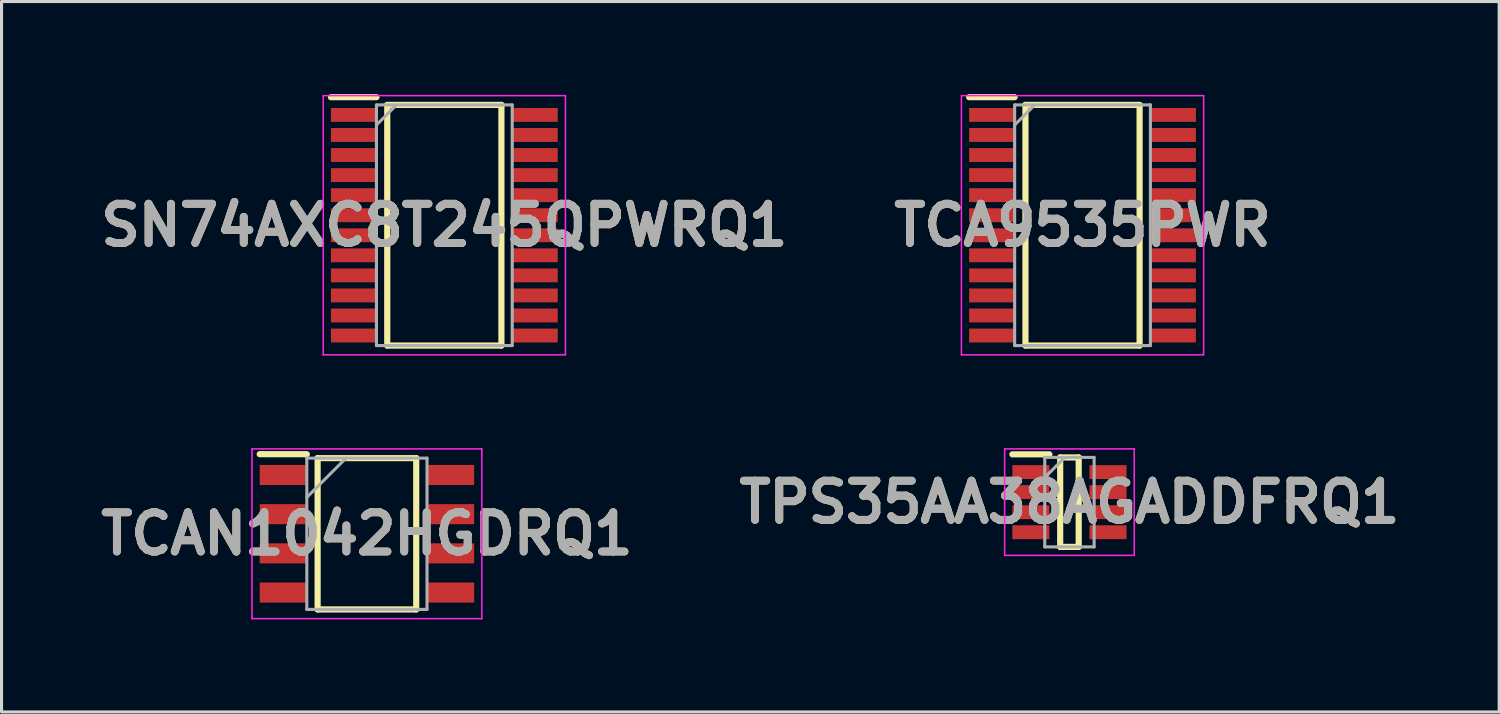
<source format=kicad_pcb>
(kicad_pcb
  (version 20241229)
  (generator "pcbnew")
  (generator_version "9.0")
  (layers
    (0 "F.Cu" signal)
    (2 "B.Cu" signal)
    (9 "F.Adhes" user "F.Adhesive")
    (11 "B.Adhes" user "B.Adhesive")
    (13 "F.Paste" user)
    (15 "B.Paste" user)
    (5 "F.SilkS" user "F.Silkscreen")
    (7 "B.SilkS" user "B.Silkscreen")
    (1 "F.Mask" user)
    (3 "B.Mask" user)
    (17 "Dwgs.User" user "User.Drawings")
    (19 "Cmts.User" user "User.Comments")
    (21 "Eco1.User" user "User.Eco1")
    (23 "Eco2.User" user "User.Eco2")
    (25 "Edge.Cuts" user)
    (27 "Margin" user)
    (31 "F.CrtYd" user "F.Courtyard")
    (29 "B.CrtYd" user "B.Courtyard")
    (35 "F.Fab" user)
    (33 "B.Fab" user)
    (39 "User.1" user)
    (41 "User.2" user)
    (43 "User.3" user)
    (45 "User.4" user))
  (footprint "TPS35AA38AGADDFRQ1"
    (layer "F.Cu")
    (at 31.611 13.225)
    (property "Reference" "TPS35AA38AGADDFRQ1" (at 0 0 0) (layer "F.SilkS") (effects (font (size 1.27 1.27) (thickness 0.254))))
    (attr smd)
    (fp_line (start -1.85 -1.55) (end -0.65 -1.55) (stroke (width 0.2) (type solid)) (layer "F.SilkS"))
    (fp_line (start -0.3 -1.45) (end 0.3 -1.45) (stroke (width 0.2) (type solid)) (layer "F.SilkS"))
    (fp_line (start -0.3 1.45) (end -0.3 -1.45) (stroke (width 0.2) (type solid)) (layer "F.SilkS"))
    (fp_line (start 0.3 -1.45) (end 0.3 1.45) (stroke (width 0.2) (type solid)) (layer "F.SilkS"))
    (fp_line (start 0.3 1.45) (end -0.3 1.45) (stroke (width 0.2) (type solid)) (layer "F.SilkS"))
    (fp_line (start -2.1 -1.725) (end 2.1 -1.725) (stroke (width 0.05) (type solid)) (layer "F.CrtYd"))
    (fp_line (start -2.1 1.725) (end -2.1 -1.725) (stroke (width 0.05) (type solid)) (layer "F.CrtYd"))
    (fp_line (start 2.1 -1.725) (end 2.1 1.725) (stroke (width 0.05) (type solid)) (layer "F.CrtYd"))
    (fp_line (start 2.1 1.725) (end -2.1 1.725) (stroke (width 0.05) (type solid)) (layer "F.CrtYd"))
    (fp_line (start -0.8 -1.45) (end 0.8 -1.45) (stroke (width 0.1) (type solid)) (layer "F.Fab"))
    (fp_line (start -0.8 -0.8) (end -0.15 -1.45) (stroke (width 0.1) (type solid)) (layer "F.Fab"))
    (fp_line (start -0.8 1.45) (end -0.8 -1.45) (stroke (width 0.1) (type solid)) (layer "F.Fab"))
    (fp_line (start 0.8 -1.45) (end 0.8 1.45) (stroke (width 0.1) (type solid)) (layer "F.Fab"))
    (fp_line (start 0.8 1.45) (end -0.8 1.45) (stroke (width 0.1) (type solid)) (layer "F.Fab"))
    (fp_text user "${REFERENCE}" (at 0 0 0) (layer "F.Fab") (effects (font (size 1.27 1.27) (thickness 0.254))))
    (pad "1" smd rect (at -1.25 -0.975 90) (size 0.45 1.2) (layers "F.Cu" "F.Mask" "F.Paste"))
    (pad "2" smd rect (at -1.25 -0.325 90) (size 0.45 1.2) (layers "F.Cu" "F.Mask" "F.Paste"))
    (pad "3" smd rect (at -1.25 0.325 90) (size 0.45 1.2) (layers "F.Cu" "F.Mask" "F.Paste"))
    (pad "4" smd rect (at -1.25 0.975 90) (size 0.45 1.2) (layers "F.Cu" "F.Mask" "F.Paste"))
    (pad "5" smd rect (at 1.25 0.975 90) (size 0.45 1.2) (layers "F.Cu" "F.Mask" "F.Paste"))
    (pad "6" smd rect (at 1.25 0.325 90) (size 0.45 1.2) (layers "F.Cu" "F.Mask" "F.Paste"))
    (pad "7" smd rect (at 1.25 -0.325 90) (size 0.45 1.2) (layers "F.Cu" "F.Mask" "F.Paste"))
    (pad "8" smd rect (at 1.25 -0.975 90) (size 0.45 1.2) (layers "F.Cu" "F.Mask" "F.Paste")))
  (footprint "SN74AXC8T245QPWRQ1"
    (layer "F.Cu")
    (at 11.351 4.25)
    (property "Reference" "SN74AXC8T245QPWRQ1" (at 0 0 0) (layer "F.SilkS") (effects (font (size 1.27 1.27) (thickness 0.254))))
    (attr smd)
    (fp_line (start -3.675 -4.15) (end -2.2 -4.15) (stroke (width 0.2) (type solid)) (layer "F.SilkS"))
    (fp_line (start -1.85 -3.9) (end 1.85 -3.9) (stroke (width 0.2) (type solid)) (layer "F.SilkS"))
    (fp_line (start -1.85 3.9) (end -1.85 -3.9) (stroke (width 0.2) (type solid)) (layer "F.SilkS"))
    (fp_line (start 1.85 -3.9) (end 1.85 3.9) (stroke (width 0.2) (type solid)) (layer "F.SilkS"))
    (fp_line (start 1.85 3.9) (end -1.85 3.9) (stroke (width 0.2) (type solid)) (layer "F.SilkS"))
    (fp_line (start -3.925 -4.2) (end 3.925 -4.2) (stroke (width 0.05) (type solid)) (layer "F.CrtYd"))
    (fp_line (start -3.925 4.2) (end -3.925 -4.2) (stroke (width 0.05) (type solid)) (layer "F.CrtYd"))
    (fp_line (start 3.925 -4.2) (end 3.925 4.2) (stroke (width 0.05) (type solid)) (layer "F.CrtYd"))
    (fp_line (start 3.925 4.2) (end -3.925 4.2) (stroke (width 0.05) (type solid)) (layer "F.CrtYd"))
    (fp_line (start -2.2 -3.9) (end 2.2 -3.9) (stroke (width 0.1) (type solid)) (layer "F.Fab"))
    (fp_line (start -2.2 -3.25) (end -1.55 -3.9) (stroke (width 0.1) (type solid)) (layer "F.Fab"))
    (fp_line (start -2.2 3.9) (end -2.2 -3.9) (stroke (width 0.1) (type solid)) (layer "F.Fab"))
    (fp_line (start 2.2 -3.9) (end 2.2 3.9) (stroke (width 0.1) (type solid)) (layer "F.Fab"))
    (fp_line (start 2.2 3.9) (end -2.2 3.9) (stroke (width 0.1) (type solid)) (layer "F.Fab"))
    (fp_text user "${REFERENCE}" (at 0 0 0) (layer "F.Fab") (effects (font (size 1.27 1.27) (thickness 0.254))))
    (pad "1" smd rect (at -2.938 -3.575 90) (size 0.45 1.475) (layers "F.Cu" "F.Mask" "F.Paste"))
    (pad "2" smd rect (at -2.938 -2.925 90) (size 0.45 1.475) (layers "F.Cu" "F.Mask" "F.Paste"))
    (pad "3" smd rect (at -2.938 -2.275 90) (size 0.45 1.475) (layers "F.Cu" "F.Mask" "F.Paste"))
    (pad "4" smd rect (at -2.938 -1.625 90) (size 0.45 1.475) (layers "F.Cu" "F.Mask" "F.Paste"))
    (pad "5" smd rect (at -2.938 -0.975 90) (size 0.45 1.475) (layers "F.Cu" "F.Mask" "F.Paste"))
    (pad "6" smd rect (at -2.938 -0.325 90) (size 0.45 1.475) (layers "F.Cu" "F.Mask" "F.Paste"))
    (pad "7" smd rect (at -2.938 0.325 90) (size 0.45 1.475) (layers "F.Cu" "F.Mask" "F.Paste"))
    (pad "8" smd rect (at -2.938 0.975 90) (size 0.45 1.475) (layers "F.Cu" "F.Mask" "F.Paste"))
    (pad "9" smd rect (at -2.938 1.625 90) (size 0.45 1.475) (layers "F.Cu" "F.Mask" "F.Paste"))
    (pad "10" smd rect (at -2.938 2.275 90) (size 0.45 1.475) (layers "F.Cu" "F.Mask" "F.Paste"))
    (pad "11" smd rect (at -2.938 2.925 90) (size 0.45 1.475) (layers "F.Cu" "F.Mask" "F.Paste"))
    (pad "12" smd rect (at -2.938 3.575 90) (size 0.45 1.475) (layers "F.Cu" "F.Mask" "F.Paste"))
    (pad "13" smd rect (at 2.938 3.575 90) (size 0.45 1.475) (layers "F.Cu" "F.Mask" "F.Paste"))
    (pad "14" smd rect (at 2.938 2.925 90) (size 0.45 1.475) (layers "F.Cu" "F.Mask" "F.Paste"))
    (pad "15" smd rect (at 2.938 2.275 90) (size 0.45 1.475) (layers "F.Cu" "F.Mask" "F.Paste"))
    (pad "16" smd rect (at 2.938 1.625 90) (size 0.45 1.475) (layers "F.Cu" "F.Mask" "F.Paste"))
    (pad "17" smd rect (at 2.938 0.975 90) (size 0.45 1.475) (layers "F.Cu" "F.Mask" "F.Paste"))
    (pad "18" smd rect (at 2.938 0.325 90) (size 0.45 1.475) (layers "F.Cu" "F.Mask" "F.Paste"))
    (pad "19" smd rect (at 2.938 -0.325 90) (size 0.45 1.475) (layers "F.Cu" "F.Mask" "F.Paste"))
    (pad "20" smd rect (at 2.938 -0.975 90) (size 0.45 1.475) (layers "F.Cu" "F.Mask" "F.Paste"))
    (pad "21" smd rect (at 2.938 -1.625 90) (size 0.45 1.475) (layers "F.Cu" "F.Mask" "F.Paste"))
    (pad "22" smd rect (at 2.938 -2.275 90) (size 0.45 1.475) (layers "F.Cu" "F.Mask" "F.Paste"))
    (pad "23" smd rect (at 2.938 -2.925 90) (size 0.45 1.475) (layers "F.Cu" "F.Mask" "F.Paste"))
    (pad "24" smd rect (at 2.938 -3.575 90) (size 0.45 1.475) (layers "F.Cu" "F.Mask" "F.Paste")))
  (footprint "TCAN1042HGDRQ1"
    (layer "F.Cu")
    (at 8.842 14.25)
    (property "Reference" "TCAN1042HGDRQ1" (at 0 0 0) (layer "F.SilkS") (effects (font (size 1.27 1.27) (thickness 0.254))))
    (attr smd)
    (fp_line (start -3.475 -2.58) (end -1.948 -2.58) (stroke (width 0.2) (type solid)) (layer "F.SilkS"))
    (fp_line (start -1.598 -2.452) (end 1.598 -2.452) (stroke (width 0.2) (type solid)) (layer "F.SilkS"))
    (fp_line (start -1.598 2.452) (end -1.598 -2.452) (stroke (width 0.2) (type solid)) (layer "F.SilkS"))
    (fp_line (start 1.598 -2.452) (end 1.598 2.452) (stroke (width 0.2) (type solid)) (layer "F.SilkS"))
    (fp_line (start 1.598 2.452) (end -1.598 2.452) (stroke (width 0.2) (type solid)) (layer "F.SilkS"))
    (fp_line (start -3.725 -2.75) (end 3.725 -2.75) (stroke (width 0.05) (type solid)) (layer "F.CrtYd"))
    (fp_line (start -3.725 2.75) (end -3.725 -2.75) (stroke (width 0.05) (type solid)) (layer "F.CrtYd"))
    (fp_line (start 3.725 -2.75) (end 3.725 2.75) (stroke (width 0.05) (type solid)) (layer "F.CrtYd"))
    (fp_line (start 3.725 2.75) (end -3.725 2.75) (stroke (width 0.05) (type solid)) (layer "F.CrtYd"))
    (fp_line (start -1.948 -2.452) (end 1.948 -2.452) (stroke (width 0.1) (type solid)) (layer "F.Fab"))
    (fp_line (start -1.948 -1.182) (end -0.678 -2.452) (stroke (width 0.1) (type solid)) (layer "F.Fab"))
    (fp_line (start -1.948 2.452) (end -1.948 -2.452) (stroke (width 0.1) (type solid)) (layer "F.Fab"))
    (fp_line (start 1.948 -2.452) (end 1.948 2.452) (stroke (width 0.1) (type solid)) (layer "F.Fab"))
    (fp_line (start 1.948 2.452) (end -1.948 2.452) (stroke (width 0.1) (type solid)) (layer "F.Fab"))
    (fp_text user "${REFERENCE}" (at 0 0 0) (layer "F.Fab") (effects (font (size 1.27 1.27) (thickness 0.254))))
    (pad "1" smd rect (at -2.711 -1.905 90) (size 0.65 1.528) (layers "F.Cu" "F.Mask" "F.Paste"))
    (pad "2" smd rect (at -2.711 -0.635 90) (size 0.65 1.528) (layers "F.Cu" "F.Mask" "F.Paste"))
    (pad "3" smd rect (at -2.711 0.635 90) (size 0.65 1.528) (layers "F.Cu" "F.Mask" "F.Paste"))
    (pad "4" smd rect (at -2.711 1.905 90) (size 0.65 1.528) (layers "F.Cu" "F.Mask" "F.Paste"))
    (pad "5" smd rect (at 2.711 1.905 90) (size 0.65 1.528) (layers "F.Cu" "F.Mask" "F.Paste"))
    (pad "6" smd rect (at 2.711 0.635 90) (size 0.65 1.528) (layers "F.Cu" "F.Mask" "F.Paste"))
    (pad "7" smd rect (at 2.711 -0.635 90) (size 0.65 1.528) (layers "F.Cu" "F.Mask" "F.Paste"))
    (pad "8" smd rect (at 2.711 -1.905 90) (size 0.65 1.528) (layers "F.Cu" "F.Mask" "F.Paste")))
  (footprint "TCA9535PWR"
    (layer "F.Cu")
    (at 32.035 4.25)
    (property "Reference" "TCA9535PWR" (at 0 0 0) (layer "F.SilkS") (effects (font (size 1.27 1.27) (thickness 0.254))))
    (attr smd)
    (fp_line (start -3.675 -4.15) (end -2.2 -4.15) (stroke (width 0.2) (type solid)) (layer "F.SilkS"))
    (fp_line (start -1.85 -3.9) (end 1.85 -3.9) (stroke (width 0.2) (type solid)) (layer "F.SilkS"))
    (fp_line (start -1.85 3.9) (end -1.85 -3.9) (stroke (width 0.2) (type solid)) (layer "F.SilkS"))
    (fp_line (start 1.85 -3.9) (end 1.85 3.9) (stroke (width 0.2) (type solid)) (layer "F.SilkS"))
    (fp_line (start 1.85 3.9) (end -1.85 3.9) (stroke (width 0.2) (type solid)) (layer "F.SilkS"))
    (fp_line (start -3.925 -4.2) (end 3.925 -4.2) (stroke (width 0.05) (type solid)) (layer "F.CrtYd"))
    (fp_line (start -3.925 4.2) (end -3.925 -4.2) (stroke (width 0.05) (type solid)) (layer "F.CrtYd"))
    (fp_line (start 3.925 -4.2) (end 3.925 4.2) (stroke (width 0.05) (type solid)) (layer "F.CrtYd"))
    (fp_line (start 3.925 4.2) (end -3.925 4.2) (stroke (width 0.05) (type solid)) (layer "F.CrtYd"))
    (fp_line (start -2.2 -3.9) (end 2.2 -3.9) (stroke (width 0.1) (type solid)) (layer "F.Fab"))
    (fp_line (start -2.2 -3.25) (end -1.55 -3.9) (stroke (width 0.1) (type solid)) (layer "F.Fab"))
    (fp_line (start -2.2 3.9) (end -2.2 -3.9) (stroke (width 0.1) (type solid)) (layer "F.Fab"))
    (fp_line (start 2.2 -3.9) (end 2.2 3.9) (stroke (width 0.1) (type solid)) (layer "F.Fab"))
    (fp_line (start 2.2 3.9) (end -2.2 3.9) (stroke (width 0.1) (type solid)) (layer "F.Fab"))
    (fp_text user "${REFERENCE}" (at 0 0 0) (layer "F.Fab") (effects (font (size 1.27 1.27) (thickness 0.254))))
    (pad "1" smd rect (at -2.938 -3.575 90) (size 0.45 1.475) (layers "F.Cu" "F.Mask" "F.Paste"))
    (pad "2" smd rect (at -2.938 -2.925 90) (size 0.45 1.475) (layers "F.Cu" "F.Mask" "F.Paste"))
    (pad "3" smd rect (at -2.938 -2.275 90) (size 0.45 1.475) (layers "F.Cu" "F.Mask" "F.Paste"))
    (pad "4" smd rect (at -2.938 -1.625 90) (size 0.45 1.475) (layers "F.Cu" "F.Mask" "F.Paste"))
    (pad "5" smd rect (at -2.938 -0.975 90) (size 0.45 1.475) (layers "F.Cu" "F.Mask" "F.Paste"))
    (pad "6" smd rect (at -2.938 -0.325 90) (size 0.45 1.475) (layers "F.Cu" "F.Mask" "F.Paste"))
    (pad "7" smd rect (at -2.938 0.325 90) (size 0.45 1.475) (layers "F.Cu" "F.Mask" "F.Paste"))
    (pad "8" smd rect (at -2.938 0.975 90) (size 0.45 1.475) (layers "F.Cu" "F.Mask" "F.Paste"))
    (pad "9" smd rect (at -2.938 1.625 90) (size 0.45 1.475) (layers "F.Cu" "F.Mask" "F.Paste"))
    (pad "10" smd rect (at -2.938 2.275 90) (size 0.45 1.475) (layers "F.Cu" "F.Mask" "F.Paste"))
    (pad "11" smd rect (at -2.938 2.925 90) (size 0.45 1.475) (layers "F.Cu" "F.Mask" "F.Paste"))
    (pad "12" smd rect (at -2.938 3.575 90) (size 0.45 1.475) (layers "F.Cu" "F.Mask" "F.Paste"))
    (pad "13" smd rect (at 2.938 3.575 90) (size 0.45 1.475) (layers "F.Cu" "F.Mask" "F.Paste"))
    (pad "14" smd rect (at 2.938 2.925 90) (size 0.45 1.475) (layers "F.Cu" "F.Mask" "F.Paste"))
    (pad "15" smd rect (at 2.938 2.275 90) (size 0.45 1.475) (layers "F.Cu" "F.Mask" "F.Paste"))
    (pad "16" smd rect (at 2.938 1.625 90) (size 0.45 1.475) (layers "F.Cu" "F.Mask" "F.Paste"))
    (pad "17" smd rect (at 2.938 0.975 90) (size 0.45 1.475) (layers "F.Cu" "F.Mask" "F.Paste"))
    (pad "18" smd rect (at 2.938 0.325 90) (size 0.45 1.475) (layers "F.Cu" "F.Mask" "F.Paste"))
    (pad "19" smd rect (at 2.938 -0.325 90) (size 0.45 1.475) (layers "F.Cu" "F.Mask" "F.Paste"))
    (pad "20" smd rect (at 2.938 -0.975 90) (size 0.45 1.475) (layers "F.Cu" "F.Mask" "F.Paste"))
    (pad "21" smd rect (at 2.938 -1.625 90) (size 0.45 1.475) (layers "F.Cu" "F.Mask" "F.Paste"))
    (pad "22" smd rect (at 2.938 -2.275 90) (size 0.45 1.475) (layers "F.Cu" "F.Mask" "F.Paste"))
    (pad "23" smd rect (at 2.938 -2.925 90) (size 0.45 1.475) (layers "F.Cu" "F.Mask" "F.Paste"))
    (pad "24" smd rect (at 2.938 -3.575 90) (size 0.45 1.475) (layers "F.Cu" "F.Mask" "F.Paste")))
  (gr_rect
    (start -3 -3)
    (end 45.539 20.025)
    (stroke (width 0.1) (type default))
    (fill no)
    (layer "Edge.Cuts")))
</source>
